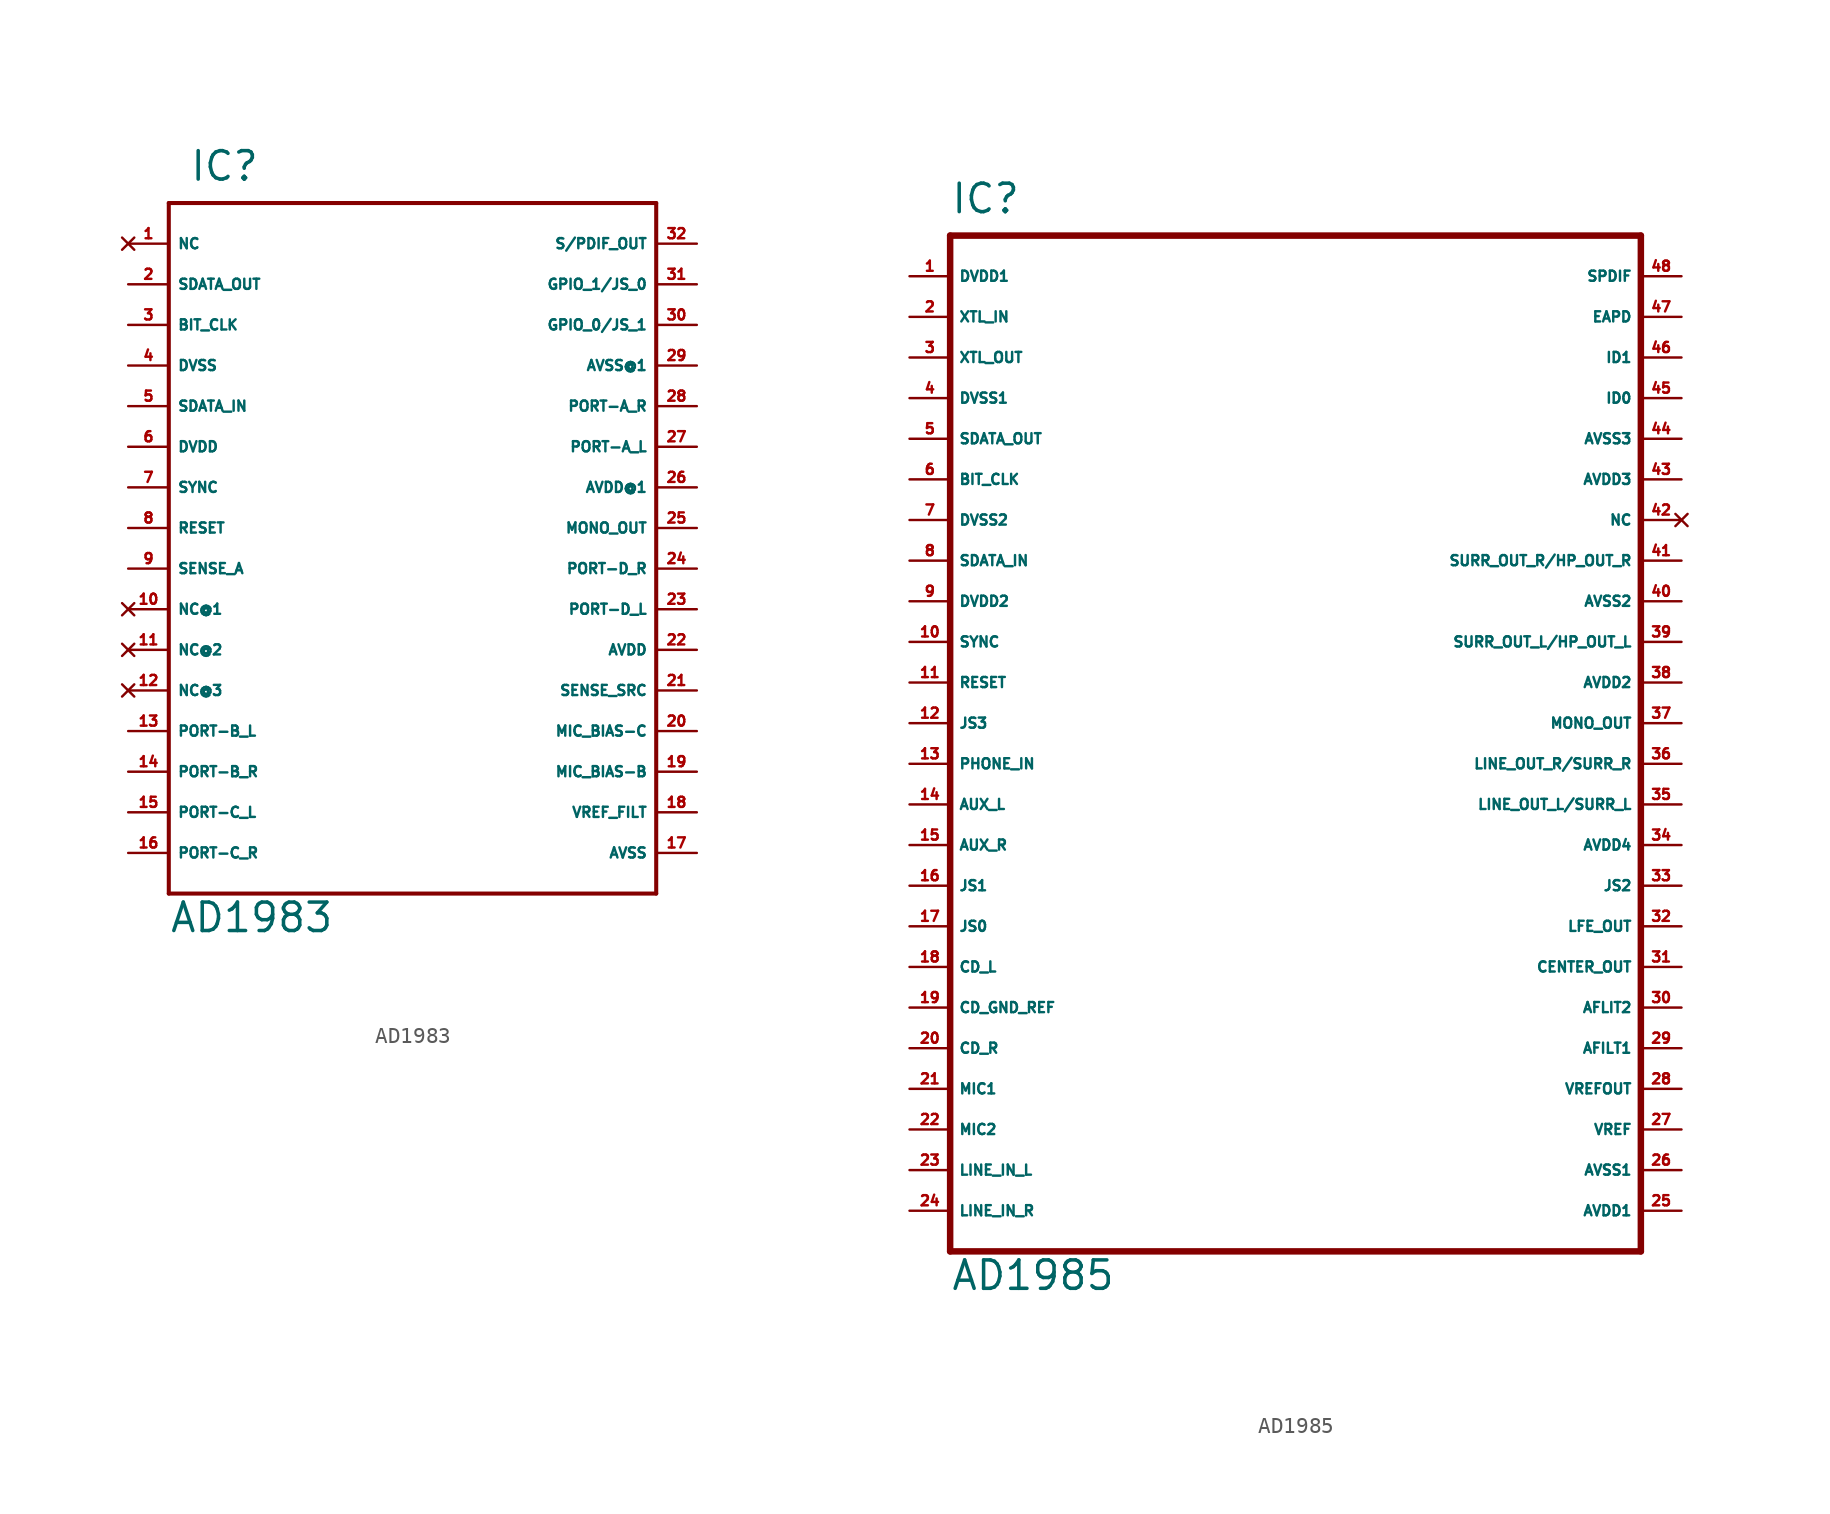
<source format=kicad_sym>
(kicad_symbol_lib
  (version 20220914)
  (generator Eagle2Kicad)
  (symbol "AD1983"
    (property "Reference" "IC"
      (at -13.97 21.59 0)
      (effects (font (size 1.778 1.778) (thickness 0.22)) (justify left bottom)))
    (property "Value" "AD1983"
      (at -15.24 -25.4 0)
      (effects (font (size 1.778 1.778) (thickness 0.22)) (justify left bottom)))
    (polyline
      (pts (xy -15.24 -22.86) (xy 15.24 -22.86))
      (stroke (width 0.254) (type default))
      (fill (type none)))
    (polyline
      (pts (xy 15.24 -22.86) (xy 15.24 20.32))
      (stroke (width 0.254) (type default))
      (fill (type none)))
    (polyline
      (pts (xy 15.24 20.32) (xy -15.24 20.32))
      (stroke (width 0.254) (type default))
      (fill (type none)))
    (polyline
      (pts (xy -15.24 20.32) (xy -15.24 -22.86))
      (stroke (width 0.254) (type default))
      (fill (type none)))
    (pin no_connect line
      (at -17.78 17.78 0)
      (length 2.54)
      (name "NC" (effects (font (size 0.635 0.635) (thickness 0.08)) (justify left bottom) hide))
      (number "1" (effects (font (size 0.635 0.635) (thickness 0.08)) (justify left bottom) hide)))
    (pin input line
      (at -17.78 15.24 0)
      (length 2.54)
      (name "SDATA_OUT" (effects (font (size 0.635 0.635) (thickness 0.08)) (justify left bottom)))
      (number "2" (effects (font (size 0.635 0.635) (thickness 0.08)) (justify left bottom))))
    (pin input line
      (at -17.78 12.7 0)
      (length 2.54)
      (name "BIT_CLK" (effects (font (size 0.635 0.635) (thickness 0.08)) (justify left bottom)))
      (number "3" (effects (font (size 0.635 0.635) (thickness 0.08)) (justify left bottom))))
    (pin unspecified line
      (at -17.78 10.16 0)
      (length 2.54)
      (name "DVSS" (effects (font (size 0.635 0.635) (thickness 0.08)) (justify left bottom)))
      (number "4" (effects (font (size 0.635 0.635) (thickness 0.08)) (justify left bottom))))
    (pin bidirectional line
      (at -17.78 7.62 0)
      (length 2.54)
      (name "SDATA_IN" (effects (font (size 0.635 0.635) (thickness 0.08)) (justify left bottom)))
      (number "5" (effects (font (size 0.635 0.635) (thickness 0.08)) (justify left bottom))))
    (pin unspecified line
      (at -17.78 5.08 0)
      (length 2.54)
      (name "DVDD" (effects (font (size 0.635 0.635) (thickness 0.08)) (justify left bottom)))
      (number "6" (effects (font (size 0.635 0.635) (thickness 0.08)) (justify left bottom))))
    (pin input line
      (at -17.78 2.54 0)
      (length 2.54)
      (name "SYNC" (effects (font (size 0.635 0.635) (thickness 0.08)) (justify left bottom)))
      (number "7" (effects (font (size 0.635 0.635) (thickness 0.08)) (justify left bottom))))
    (pin input line
      (at -17.78 0 0)
      (length 2.54)
      (name "RESET" (effects (font (size 0.635 0.635) (thickness 0.08)) (justify left bottom)))
      (number "8" (effects (font (size 0.635 0.635) (thickness 0.08)) (justify left bottom))))
    (pin input line
      (at -17.78 -2.54 0)
      (length 2.54)
      (name "SENSE_A" (effects (font (size 0.635 0.635) (thickness 0.08)) (justify left bottom)))
      (number "9" (effects (font (size 0.635 0.635) (thickness 0.08)) (justify left bottom))))
    (pin no_connect line
      (at -17.78 -5.08 0)
      (length 2.54)
      (name "NC@1" (effects (font (size 0.635 0.635) (thickness 0.08)) (justify left bottom) hide))
      (number "10" (effects (font (size 0.635 0.635) (thickness 0.08)) (justify left bottom) hide)))
    (pin no_connect line
      (at -17.78 -7.62 0)
      (length 2.54)
      (name "NC@2" (effects (font (size 0.635 0.635) (thickness 0.08)) (justify left bottom) hide))
      (number "11" (effects (font (size 0.635 0.635) (thickness 0.08)) (justify left bottom) hide)))
    (pin no_connect line
      (at -17.78 -10.16 0)
      (length 2.54)
      (name "NC@3" (effects (font (size 0.635 0.635) (thickness 0.08)) (justify left bottom) hide))
      (number "12" (effects (font (size 0.635 0.635) (thickness 0.08)) (justify left bottom) hide)))
    (pin input line
      (at -17.78 -12.7 0)
      (length 2.54)
      (name "PORT-B_L" (effects (font (size 0.635 0.635) (thickness 0.08)) (justify left bottom)))
      (number "13" (effects (font (size 0.635 0.635) (thickness 0.08)) (justify left bottom))))
    (pin input line
      (at -17.78 -15.24 0)
      (length 2.54)
      (name "PORT-B_R" (effects (font (size 0.635 0.635) (thickness 0.08)) (justify left bottom)))
      (number "14" (effects (font (size 0.635 0.635) (thickness 0.08)) (justify left bottom))))
    (pin input line
      (at -17.78 -17.78 0)
      (length 2.54)
      (name "PORT-C_L" (effects (font (size 0.635 0.635) (thickness 0.08)) (justify left bottom)))
      (number "15" (effects (font (size 0.635 0.635) (thickness 0.08)) (justify left bottom))))
    (pin input line
      (at -17.78 -20.32 0)
      (length 2.54)
      (name "PORT-C_R" (effects (font (size 0.635 0.635) (thickness 0.08)) (justify left bottom)))
      (number "16" (effects (font (size 0.635 0.635) (thickness 0.08)) (justify left bottom))))
    (pin unspecified line
      (at 17.78 -20.32 180)
      (length 2.54)
      (name "AVSS" (effects (font (size 0.635 0.635) (thickness 0.08)) (justify left bottom)))
      (number "17" (effects (font (size 0.635 0.635) (thickness 0.08)) (justify left bottom))))
    (pin output line
      (at 17.78 -17.78 180)
      (length 2.54)
      (name "VREF_FILT" (effects (font (size 0.635 0.635) (thickness 0.08)) (justify left bottom)))
      (number "18" (effects (font (size 0.635 0.635) (thickness 0.08)) (justify left bottom))))
    (pin output line
      (at 17.78 -15.24 180)
      (length 2.54)
      (name "MIC_BIAS-B" (effects (font (size 0.635 0.635) (thickness 0.08)) (justify left bottom)))
      (number "19" (effects (font (size 0.635 0.635) (thickness 0.08)) (justify left bottom))))
    (pin output line
      (at 17.78 -12.7 180)
      (length 2.54)
      (name "MIC_BIAS-C" (effects (font (size 0.635 0.635) (thickness 0.08)) (justify left bottom)))
      (number "20" (effects (font (size 0.635 0.635) (thickness 0.08)) (justify left bottom))))
    (pin output line
      (at 17.78 -10.16 180)
      (length 2.54)
      (name "SENSE_SRC" (effects (font (size 0.635 0.635) (thickness 0.08)) (justify left bottom)))
      (number "21" (effects (font (size 0.635 0.635) (thickness 0.08)) (justify left bottom))))
    (pin unspecified line
      (at 17.78 -7.62 180)
      (length 2.54)
      (name "AVDD" (effects (font (size 0.635 0.635) (thickness 0.08)) (justify left bottom)))
      (number "22" (effects (font (size 0.635 0.635) (thickness 0.08)) (justify left bottom))))
    (pin output line
      (at 17.78 -5.08 180)
      (length 2.54)
      (name "PORT-D_L" (effects (font (size 0.635 0.635) (thickness 0.08)) (justify left bottom)))
      (number "23" (effects (font (size 0.635 0.635) (thickness 0.08)) (justify left bottom))))
    (pin output line
      (at 17.78 -2.54 180)
      (length 2.54)
      (name "PORT-D_R" (effects (font (size 0.635 0.635) (thickness 0.08)) (justify left bottom)))
      (number "24" (effects (font (size 0.635 0.635) (thickness 0.08)) (justify left bottom))))
    (pin output line
      (at 17.78 0 180)
      (length 2.54)
      (name "MONO_OUT" (effects (font (size 0.635 0.635) (thickness 0.08)) (justify left bottom)))
      (number "25" (effects (font (size 0.635 0.635) (thickness 0.08)) (justify left bottom))))
    (pin input line
      (at 17.78 2.54 180)
      (length 2.54)
      (name "AVDD@1" (effects (font (size 0.635 0.635) (thickness 0.08)) (justify left bottom)))
      (number "26" (effects (font (size 0.635 0.635) (thickness 0.08)) (justify left bottom))))
    (pin output line
      (at 17.78 5.08 180)
      (length 2.54)
      (name "PORT-A_L" (effects (font (size 0.635 0.635) (thickness 0.08)) (justify left bottom)))
      (number "27" (effects (font (size 0.635 0.635) (thickness 0.08)) (justify left bottom))))
    (pin output line
      (at 17.78 7.62 180)
      (length 2.54)
      (name "PORT-A_R" (effects (font (size 0.635 0.635) (thickness 0.08)) (justify left bottom)))
      (number "28" (effects (font (size 0.635 0.635) (thickness 0.08)) (justify left bottom))))
    (pin unspecified line
      (at 17.78 10.16 180)
      (length 2.54)
      (name "AVSS@1" (effects (font (size 0.635 0.635) (thickness 0.08)) (justify left bottom)))
      (number "29" (effects (font (size 0.635 0.635) (thickness 0.08)) (justify left bottom))))
    (pin bidirectional line
      (at 17.78 12.7 180)
      (length 2.54)
      (name "GPIO_0/JS_1" (effects (font (size 0.635 0.635) (thickness 0.08)) (justify left bottom)))
      (number "30" (effects (font (size 0.635 0.635) (thickness 0.08)) (justify left bottom))))
    (pin bidirectional line
      (at 17.78 15.24 180)
      (length 2.54)
      (name "GPIO_1/JS_0" (effects (font (size 0.635 0.635) (thickness 0.08)) (justify left bottom)))
      (number "31" (effects (font (size 0.635 0.635) (thickness 0.08)) (justify left bottom))))
    (pin output line
      (at 17.78 17.78 180)
      (length 2.54)
      (name "S/PDIF_OUT" (effects (font (size 0.635 0.635) (thickness 0.08)) (justify left bottom)))
      (number "32" (effects (font (size 0.635 0.635) (thickness 0.08)) (justify left bottom)))))
  (symbol "AD1985"
    (property "Reference" "IC"
      (at -22.86 31.75 0)
      (effects (font (size 1.778 1.778) (thickness 0.22)) (justify left bottom)))
    (property "Value" "AD1985"
      (at -22.86 -35.56 0)
      (effects (font (size 1.778 1.778) (thickness 0.22)) (justify left bottom)))
    (polyline
      (pts (xy -22.86 -33.02) (xy 20.32 -33.02))
      (stroke (width 0.406) (type default))
      (fill (type none)))
    (polyline
      (pts (xy 20.32 -33.02) (xy 20.32 30.48))
      (stroke (width 0.406) (type default))
      (fill (type none)))
    (polyline
      (pts (xy 20.32 30.48) (xy -22.86 30.48))
      (stroke (width 0.406) (type default))
      (fill (type none)))
    (polyline
      (pts (xy -22.86 30.48) (xy -22.86 -33.02))
      (stroke (width 0.406) (type default))
      (fill (type none)))
    (pin input line
      (at -25.4 27.94 0)
      (length 2.54)
      (name "DVDD1" (effects (font (size 0.635 0.635) (thickness 0.08)) (justify left bottom)))
      (number "1" (effects (font (size 0.635 0.635) (thickness 0.08)) (justify left bottom))))
    (pin input line
      (at -25.4 25.4 0)
      (length 2.54)
      (name "XTL_IN" (effects (font (size 0.635 0.635) (thickness 0.08)) (justify left bottom)))
      (number "2" (effects (font (size 0.635 0.635) (thickness 0.08)) (justify left bottom))))
    (pin output line
      (at -25.4 22.86 0)
      (length 2.54)
      (name "XTL_OUT" (effects (font (size 0.635 0.635) (thickness 0.08)) (justify left bottom)))
      (number "3" (effects (font (size 0.635 0.635) (thickness 0.08)) (justify left bottom))))
    (pin input line
      (at -25.4 20.32 0)
      (length 2.54)
      (name "DVSS1" (effects (font (size 0.635 0.635) (thickness 0.08)) (justify left bottom)))
      (number "4" (effects (font (size 0.635 0.635) (thickness 0.08)) (justify left bottom))))
    (pin input line
      (at -25.4 17.78 0)
      (length 2.54)
      (name "SDATA_OUT" (effects (font (size 0.635 0.635) (thickness 0.08)) (justify left bottom)))
      (number "5" (effects (font (size 0.635 0.635) (thickness 0.08)) (justify left bottom))))
    (pin input line
      (at -25.4 12.7 0)
      (length 2.54)
      (name "DVSS2" (effects (font (size 0.635 0.635) (thickness 0.08)) (justify left bottom)))
      (number "7" (effects (font (size 0.635 0.635) (thickness 0.08)) (justify left bottom))))
    (pin output line
      (at -25.4 10.16 0)
      (length 2.54)
      (name "SDATA_IN" (effects (font (size 0.635 0.635) (thickness 0.08)) (justify left bottom)))
      (number "8" (effects (font (size 0.635 0.635) (thickness 0.08)) (justify left bottom))))
    (pin input line
      (at -25.4 7.62 0)
      (length 2.54)
      (name "DVDD2" (effects (font (size 0.635 0.635) (thickness 0.08)) (justify left bottom)))
      (number "9" (effects (font (size 0.635 0.635) (thickness 0.08)) (justify left bottom))))
    (pin input line
      (at -25.4 5.08 0)
      (length 2.54)
      (name "SYNC" (effects (font (size 0.635 0.635) (thickness 0.08)) (justify left bottom)))
      (number "10" (effects (font (size 0.635 0.635) (thickness 0.08)) (justify left bottom))))
    (pin input line
      (at -25.4 2.54 0)
      (length 2.54)
      (name "RESET" (effects (font (size 0.635 0.635) (thickness 0.08)) (justify left bottom)))
      (number "11" (effects (font (size 0.635 0.635) (thickness 0.08)) (justify left bottom))))
    (pin input line
      (at -25.4 0 0)
      (length 2.54)
      (name "JS3" (effects (font (size 0.635 0.635) (thickness 0.08)) (justify left bottom)))
      (number "12" (effects (font (size 0.635 0.635) (thickness 0.08)) (justify left bottom))))
    (pin input line
      (at -25.4 -2.54 0)
      (length 2.54)
      (name "PHONE_IN" (effects (font (size 0.635 0.635) (thickness 0.08)) (justify left bottom)))
      (number "13" (effects (font (size 0.635 0.635) (thickness 0.08)) (justify left bottom))))
    (pin input line
      (at -25.4 -5.08 0)
      (length 2.54)
      (name "AUX_L" (effects (font (size 0.635 0.635) (thickness 0.08)) (justify left bottom)))
      (number "14" (effects (font (size 0.635 0.635) (thickness 0.08)) (justify left bottom))))
    (pin input line
      (at -25.4 -7.62 0)
      (length 2.54)
      (name "AUX_R" (effects (font (size 0.635 0.635) (thickness 0.08)) (justify left bottom)))
      (number "15" (effects (font (size 0.635 0.635) (thickness 0.08)) (justify left bottom))))
    (pin input line
      (at -25.4 -10.16 0)
      (length 2.54)
      (name "JS1" (effects (font (size 0.635 0.635) (thickness 0.08)) (justify left bottom)))
      (number "16" (effects (font (size 0.635 0.635) (thickness 0.08)) (justify left bottom))))
    (pin input line
      (at -25.4 -12.7 0)
      (length 2.54)
      (name "JS0" (effects (font (size 0.635 0.635) (thickness 0.08)) (justify left bottom)))
      (number "17" (effects (font (size 0.635 0.635) (thickness 0.08)) (justify left bottom))))
    (pin input line
      (at -25.4 -15.24 0)
      (length 2.54)
      (name "CD_L" (effects (font (size 0.635 0.635) (thickness 0.08)) (justify left bottom)))
      (number "18" (effects (font (size 0.635 0.635) (thickness 0.08)) (justify left bottom))))
    (pin input line
      (at -25.4 -17.78 0)
      (length 2.54)
      (name "CD_GND_REF" (effects (font (size 0.635 0.635) (thickness 0.08)) (justify left bottom)))
      (number "19" (effects (font (size 0.635 0.635) (thickness 0.08)) (justify left bottom))))
    (pin input line
      (at -25.4 -20.32 0)
      (length 2.54)
      (name "CD_R" (effects (font (size 0.635 0.635) (thickness 0.08)) (justify left bottom)))
      (number "20" (effects (font (size 0.635 0.635) (thickness 0.08)) (justify left bottom))))
    (pin input line
      (at -25.4 -22.86 0)
      (length 2.54)
      (name "MIC1" (effects (font (size 0.635 0.635) (thickness 0.08)) (justify left bottom)))
      (number "21" (effects (font (size 0.635 0.635) (thickness 0.08)) (justify left bottom))))
    (pin input line
      (at -25.4 -25.4 0)
      (length 2.54)
      (name "MIC2" (effects (font (size 0.635 0.635) (thickness 0.08)) (justify left bottom)))
      (number "22" (effects (font (size 0.635 0.635) (thickness 0.08)) (justify left bottom))))
    (pin input line
      (at -25.4 -27.94 0)
      (length 2.54)
      (name "LINE_IN_L" (effects (font (size 0.635 0.635) (thickness 0.08)) (justify left bottom)))
      (number "23" (effects (font (size 0.635 0.635) (thickness 0.08)) (justify left bottom))))
    (pin input line
      (at -25.4 -30.48 0)
      (length 2.54)
      (name "LINE_IN_R" (effects (font (size 0.635 0.635) (thickness 0.08)) (justify left bottom)))
      (number "24" (effects (font (size 0.635 0.635) (thickness 0.08)) (justify left bottom))))
    (pin input line
      (at 22.86 -30.48 180)
      (length 2.54)
      (name "AVDD1" (effects (font (size 0.635 0.635) (thickness 0.08)) (justify left bottom)))
      (number "25" (effects (font (size 0.635 0.635) (thickness 0.08)) (justify left bottom))))
    (pin input line
      (at 22.86 -27.94 180)
      (length 2.54)
      (name "AVSS1" (effects (font (size 0.635 0.635) (thickness 0.08)) (justify left bottom)))
      (number "26" (effects (font (size 0.635 0.635) (thickness 0.08)) (justify left bottom))))
    (pin output line
      (at 22.86 -25.4 180)
      (length 2.54)
      (name "VREF" (effects (font (size 0.635 0.635) (thickness 0.08)) (justify left bottom)))
      (number "27" (effects (font (size 0.635 0.635) (thickness 0.08)) (justify left bottom))))
    (pin output line
      (at 22.86 -22.86 180)
      (length 2.54)
      (name "VREFOUT" (effects (font (size 0.635 0.635) (thickness 0.08)) (justify left bottom)))
      (number "28" (effects (font (size 0.635 0.635) (thickness 0.08)) (justify left bottom))))
    (pin output line
      (at 22.86 -20.32 180)
      (length 2.54)
      (name "AFILT1" (effects (font (size 0.635 0.635) (thickness 0.08)) (justify left bottom)))
      (number "29" (effects (font (size 0.635 0.635) (thickness 0.08)) (justify left bottom))))
    (pin output line
      (at 22.86 -17.78 180)
      (length 2.54)
      (name "AFLIT2" (effects (font (size 0.635 0.635) (thickness 0.08)) (justify left bottom)))
      (number "30" (effects (font (size 0.635 0.635) (thickness 0.08)) (justify left bottom))))
    (pin bidirectional line
      (at 22.86 -15.24 180)
      (length 2.54)
      (name "CENTER_OUT" (effects (font (size 0.635 0.635) (thickness 0.08)) (justify left bottom)))
      (number "31" (effects (font (size 0.635 0.635) (thickness 0.08)) (justify left bottom))))
    (pin bidirectional line
      (at 22.86 -12.7 180)
      (length 2.54)
      (name "LFE_OUT" (effects (font (size 0.635 0.635) (thickness 0.08)) (justify left bottom)))
      (number "32" (effects (font (size 0.635 0.635) (thickness 0.08)) (justify left bottom))))
    (pin input line
      (at 22.86 -10.16 180)
      (length 2.54)
      (name "JS2" (effects (font (size 0.635 0.635) (thickness 0.08)) (justify left bottom)))
      (number "33" (effects (font (size 0.635 0.635) (thickness 0.08)) (justify left bottom))))
    (pin input line
      (at 22.86 -7.62 180)
      (length 2.54)
      (name "AVDD4" (effects (font (size 0.635 0.635) (thickness 0.08)) (justify left bottom)))
      (number "34" (effects (font (size 0.635 0.635) (thickness 0.08)) (justify left bottom))))
    (pin output line
      (at 22.86 -5.08 180)
      (length 2.54)
      (name "LINE_OUT_L/SURR_L" (effects (font (size 0.635 0.635) (thickness 0.08)) (justify left bottom)))
      (number "35" (effects (font (size 0.635 0.635) (thickness 0.08)) (justify left bottom))))
    (pin output line
      (at 22.86 -2.54 180)
      (length 2.54)
      (name "LINE_OUT_R/SURR_R" (effects (font (size 0.635 0.635) (thickness 0.08)) (justify left bottom)))
      (number "36" (effects (font (size 0.635 0.635) (thickness 0.08)) (justify left bottom))))
    (pin output line
      (at 22.86 0 180)
      (length 2.54)
      (name "MONO_OUT" (effects (font (size 0.635 0.635) (thickness 0.08)) (justify left bottom)))
      (number "37" (effects (font (size 0.635 0.635) (thickness 0.08)) (justify left bottom))))
    (pin input line
      (at 22.86 2.54 180)
      (length 2.54)
      (name "AVDD2" (effects (font (size 0.635 0.635) (thickness 0.08)) (justify left bottom)))
      (number "38" (effects (font (size 0.635 0.635) (thickness 0.08)) (justify left bottom))))
    (pin output line
      (at 22.86 5.08 180)
      (length 2.54)
      (name "SURR_OUT_L/HP_OUT_L" (effects (font (size 0.635 0.635) (thickness 0.08)) (justify left bottom)))
      (number "39" (effects (font (size 0.635 0.635) (thickness 0.08)) (justify left bottom))))
    (pin input line
      (at 22.86 7.62 180)
      (length 2.54)
      (name "AVSS2" (effects (font (size 0.635 0.635) (thickness 0.08)) (justify left bottom)))
      (number "40" (effects (font (size 0.635 0.635) (thickness 0.08)) (justify left bottom))))
    (pin output line
      (at 22.86 10.16 180)
      (length 2.54)
      (name "SURR_OUT_R/HP_OUT_R" (effects (font (size 0.635 0.635) (thickness 0.08)) (justify left bottom)))
      (number "41" (effects (font (size 0.635 0.635) (thickness 0.08)) (justify left bottom))))
    (pin no_connect line
      (at 22.86 12.7 180)
      (length 2.54)
      (name "NC" (effects (font (size 0.635 0.635) (thickness 0.08)) (justify left bottom) hide))
      (number "42" (effects (font (size 0.635 0.635) (thickness 0.08)) (justify left bottom) hide)))
    (pin input line
      (at 22.86 15.24 180)
      (length 2.54)
      (name "AVDD3" (effects (font (size 0.635 0.635) (thickness 0.08)) (justify left bottom)))
      (number "43" (effects (font (size 0.635 0.635) (thickness 0.08)) (justify left bottom))))
    (pin input line
      (at 22.86 17.78 180)
      (length 2.54)
      (name "AVSS3" (effects (font (size 0.635 0.635) (thickness 0.08)) (justify left bottom)))
      (number "44" (effects (font (size 0.635 0.635) (thickness 0.08)) (justify left bottom))))
    (pin input line
      (at 22.86 20.32 180)
      (length 2.54)
      (name "ID0" (effects (font (size 0.635 0.635) (thickness 0.08)) (justify left bottom)))
      (number "45" (effects (font (size 0.635 0.635) (thickness 0.08)) (justify left bottom))))
    (pin input line
      (at 22.86 22.86 180)
      (length 2.54)
      (name "ID1" (effects (font (size 0.635 0.635) (thickness 0.08)) (justify left bottom)))
      (number "46" (effects (font (size 0.635 0.635) (thickness 0.08)) (justify left bottom))))
    (pin output line
      (at 22.86 25.4 180)
      (length 2.54)
      (name "EAPD" (effects (font (size 0.635 0.635) (thickness 0.08)) (justify left bottom)))
      (number "47" (effects (font (size 0.635 0.635) (thickness 0.08)) (justify left bottom))))
    (pin output line
      (at 22.86 27.94 180)
      (length 2.54)
      (name "SPDIF" (effects (font (size 0.635 0.635) (thickness 0.08)) (justify left bottom)))
      (number "48" (effects (font (size 0.635 0.635) (thickness 0.08)) (justify left bottom))))
    (pin input line
      (at -25.4 15.24 0)
      (length 2.54)
      (name "BIT_CLK" (effects (font (size 0.635 0.635) (thickness 0.08)) (justify left bottom)))
      (number "6" (effects (font (size 0.635 0.635) (thickness 0.08)) (justify left bottom))))))
</source>
